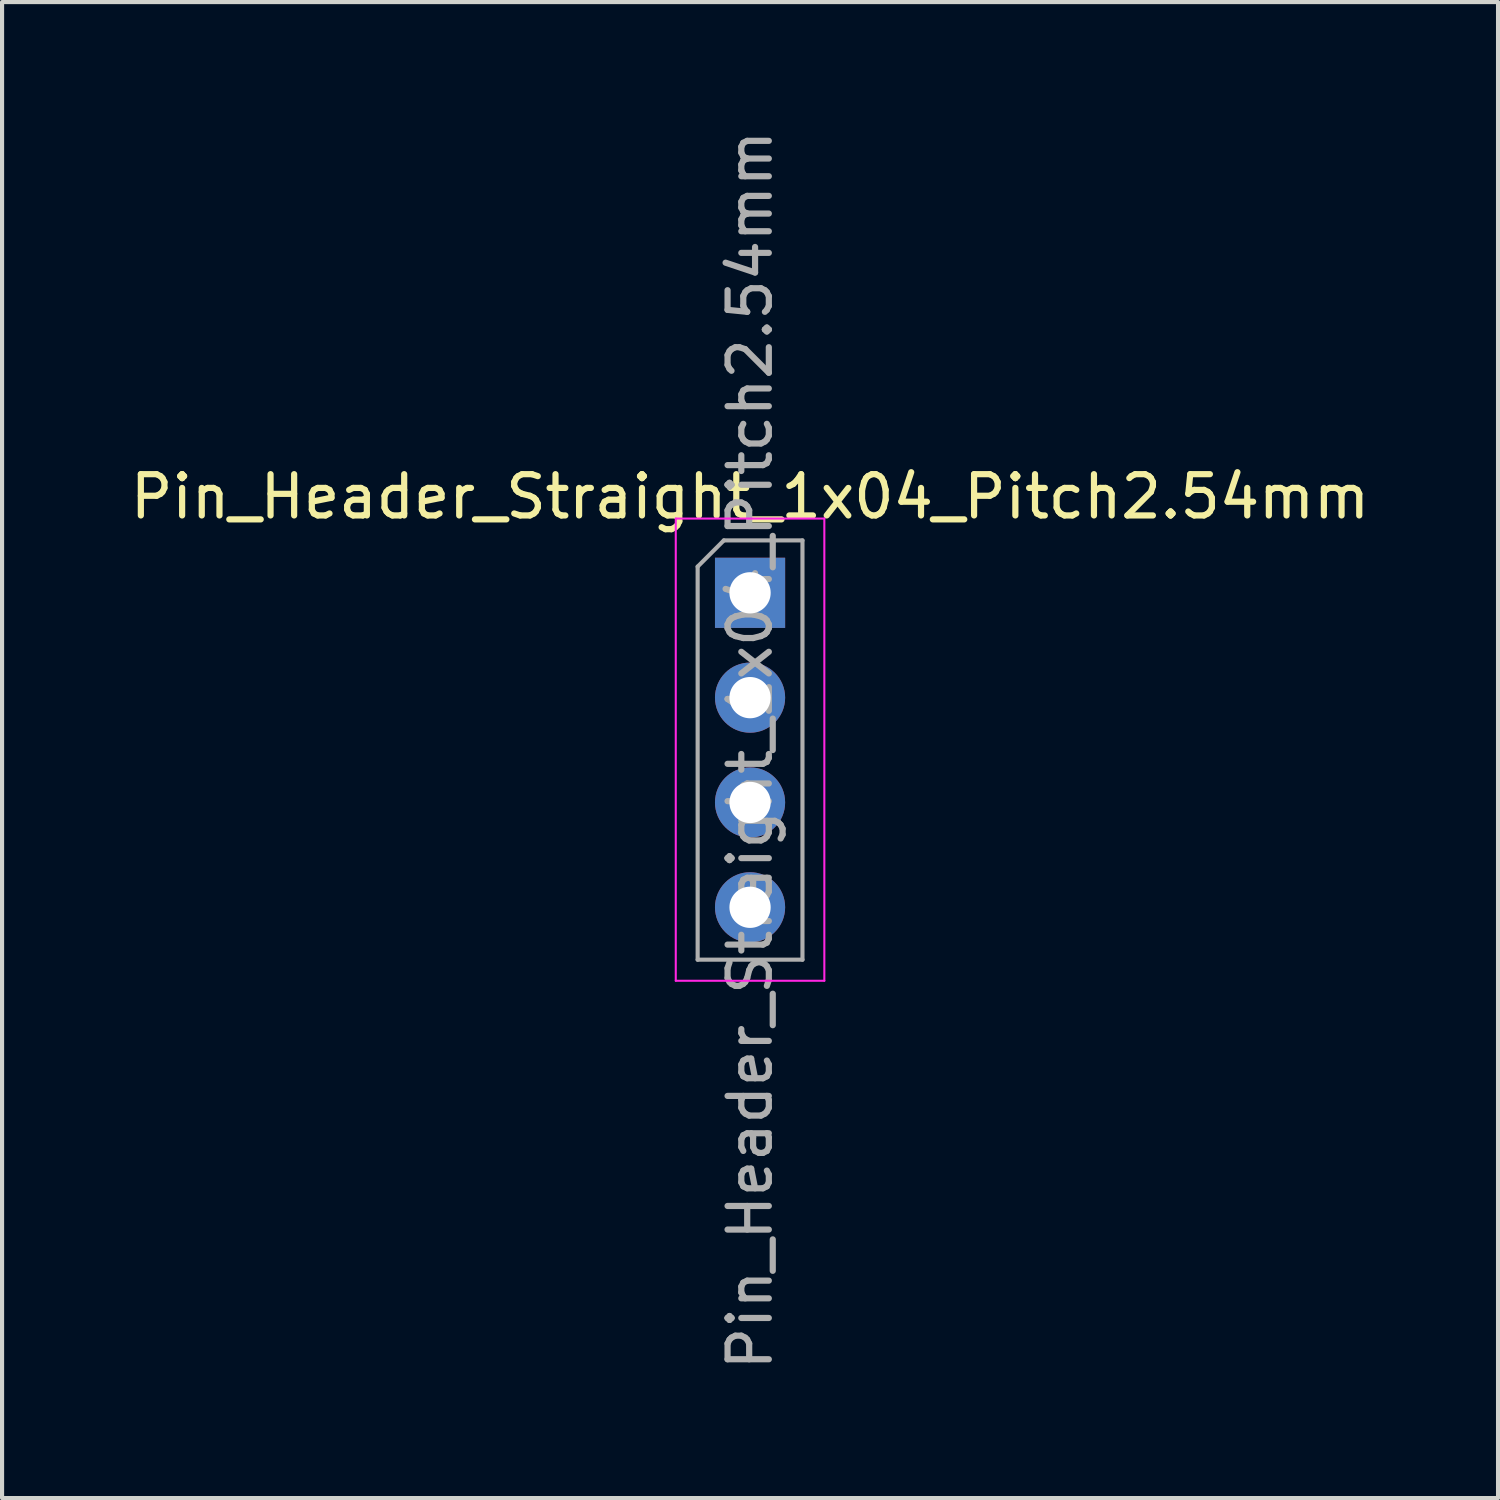
<source format=kicad_pcb>
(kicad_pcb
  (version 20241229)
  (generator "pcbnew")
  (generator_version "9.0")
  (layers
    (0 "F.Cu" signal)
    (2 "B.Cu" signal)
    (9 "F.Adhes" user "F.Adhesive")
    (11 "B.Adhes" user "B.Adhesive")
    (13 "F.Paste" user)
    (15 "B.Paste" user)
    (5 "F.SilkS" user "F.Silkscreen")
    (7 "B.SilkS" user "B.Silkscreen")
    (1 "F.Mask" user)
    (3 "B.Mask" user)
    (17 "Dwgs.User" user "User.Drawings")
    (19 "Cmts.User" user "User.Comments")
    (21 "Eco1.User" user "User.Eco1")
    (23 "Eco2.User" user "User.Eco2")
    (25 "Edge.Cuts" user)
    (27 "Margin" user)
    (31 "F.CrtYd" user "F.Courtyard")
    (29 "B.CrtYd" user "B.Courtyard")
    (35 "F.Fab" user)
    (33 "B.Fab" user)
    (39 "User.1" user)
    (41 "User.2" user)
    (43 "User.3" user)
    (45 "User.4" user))
  (footprint "Pin_Header_Straight_1x04_Pitch2.54mm"
    (layer "F.Cu")
    (at 15.125 11.315)
    (property "Reference" "Pin_Header_Straight_1x04_Pitch2.54mm" (at 0 -2.33 0) (layer "F.SilkS") (effects (font (size 1 1) (thickness 0.15))))
    (attr through_hole)
    (fp_line (start -1.8 -1.8) (end -1.8 9.4) (stroke (width 0.05) (type solid)) (layer "F.CrtYd"))
    (fp_line (start -1.8 9.4) (end 1.8 9.4) (stroke (width 0.05) (type solid)) (layer "F.CrtYd"))
    (fp_line (start 1.8 -1.8) (end -1.8 -1.8) (stroke (width 0.05) (type solid)) (layer "F.CrtYd"))
    (fp_line (start 1.8 9.4) (end 1.8 -1.8) (stroke (width 0.05) (type solid)) (layer "F.CrtYd"))
    (fp_line (start -1.27 -0.635) (end -0.635 -1.27) (stroke (width 0.1) (type solid)) (layer "F.Fab"))
    (fp_line (start -1.27 8.89) (end -1.27 -0.635) (stroke (width 0.1) (type solid)) (layer "F.Fab"))
    (fp_line (start -0.635 -1.27) (end 1.27 -1.27) (stroke (width 0.1) (type solid)) (layer "F.Fab"))
    (fp_line (start 1.27 -1.27) (end 1.27 8.89) (stroke (width 0.1) (type solid)) (layer "F.Fab"))
    (fp_line (start 1.27 8.89) (end -1.27 8.89) (stroke (width 0.1) (type solid)) (layer "F.Fab"))
    (fp_text user "${REFERENCE}" (at 0 3.81 90) (layer "F.Fab") (effects (font (size 1 1) (thickness 0.15))))
    (pad "1" thru_hole rect (at 0 0) (size 1.7 1.7) (drill 1) (layers "*.Cu" "*.Mask"))
    (pad "2" thru_hole oval (at 0 2.54) (size 1.7 1.7) (drill 1) (layers "*.Cu" "*.Mask"))
    (pad "4" thru_hole oval (at 0 5.08) (size 1.7 1.7) (drill 1) (layers "*.Cu" "*.Mask"))
    (pad "5" thru_hole oval (at 0 7.62) (size 1.7 1.7) (drill 1) (layers "*.Cu" "*.Mask")))
  (gr_rect
    (start -3 -3)
    (end 33.25 33.25)
    (stroke (width 0.1) (type default))
    (fill no)
    (layer "Edge.Cuts")))
</source>
